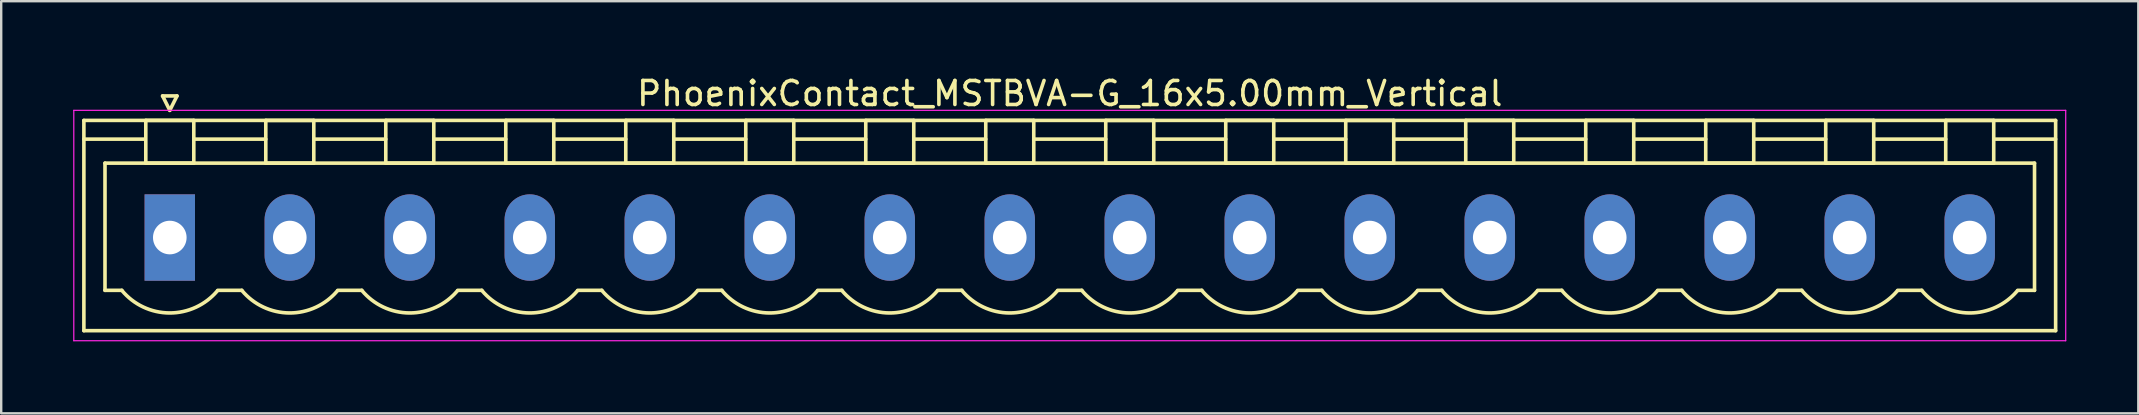
<source format=kicad_pcb>
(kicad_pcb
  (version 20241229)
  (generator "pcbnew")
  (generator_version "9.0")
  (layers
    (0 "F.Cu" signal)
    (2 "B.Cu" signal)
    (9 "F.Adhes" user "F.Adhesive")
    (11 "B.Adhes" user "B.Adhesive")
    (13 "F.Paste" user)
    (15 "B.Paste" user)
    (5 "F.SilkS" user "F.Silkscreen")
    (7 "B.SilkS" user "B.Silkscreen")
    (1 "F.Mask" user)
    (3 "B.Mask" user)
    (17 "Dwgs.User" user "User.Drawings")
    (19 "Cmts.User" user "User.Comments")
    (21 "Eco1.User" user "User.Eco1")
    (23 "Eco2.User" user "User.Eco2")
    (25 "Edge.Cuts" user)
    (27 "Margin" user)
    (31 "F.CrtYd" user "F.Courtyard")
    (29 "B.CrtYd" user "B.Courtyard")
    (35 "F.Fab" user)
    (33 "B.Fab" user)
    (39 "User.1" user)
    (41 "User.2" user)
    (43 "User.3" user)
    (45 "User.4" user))
  (footprint "PhoenixContact_MSTBVA-G_16x5.00mm_Vertical"
    (layer "F.Cu")
    (at 4.025 6.848)
    (property "Reference" "PhoenixContact_MSTBVA-G_16x5.00mm_Vertical" (at 37.5 -6 0) (layer "F.SilkS") (effects (font (size 1 1) (thickness 0.15))))
    (attr through_hole)
    (fp_line (start -3.58 -4.88) (end -3.58 3.88) (stroke (width 0.15) (type solid)) (layer "F.SilkS"))
    (fp_line (start -3.58 -4.1) (end -1.08 -4.1) (stroke (width 0.15) (type solid)) (layer "F.SilkS"))
    (fp_line (start -3.58 3.88) (end 78.58 3.88) (stroke (width 0.15) (type solid)) (layer "F.SilkS"))
    (fp_line (start -2.7 -3.1) (end 77.7 -3.1) (stroke (width 0.15) (type solid)) (layer "F.SilkS"))
    (fp_line (start -2.7 2.2) (end -2.7 -3.1) (stroke (width 0.15) (type solid)) (layer "F.SilkS"))
    (fp_line (start -2 2.2) (end -2.7 2.2) (stroke (width 0.15) (type solid)) (layer "F.SilkS"))
    (fp_line (start -1 -4.88) (end 1 -4.88) (stroke (width 0.15) (type solid)) (layer "F.SilkS"))
    (fp_line (start -1 -3.1) (end -1 -4.88) (stroke (width 0.15) (type solid)) (layer "F.SilkS"))
    (fp_line (start -0.3 -5.9) (end 0 -5.3) (stroke (width 0.15) (type solid)) (layer "F.SilkS"))
    (fp_line (start 0 -5.3) (end 0.3 -5.9) (stroke (width 0.15) (type solid)) (layer "F.SilkS"))
    (fp_line (start 0.3 -5.9) (end -0.3 -5.9) (stroke (width 0.15) (type solid)) (layer "F.SilkS"))
    (fp_line (start 1 -4.88) (end 1 -3.1) (stroke (width 0.15) (type solid)) (layer "F.SilkS"))
    (fp_line (start 1 -4.1) (end 4 -4.1) (stroke (width 0.15) (type solid)) (layer "F.SilkS"))
    (fp_line (start 1 -3.1) (end -1 -3.1) (stroke (width 0.15) (type solid)) (layer "F.SilkS"))
    (fp_line (start 2 2.2) (end 3 2.2) (stroke (width 0.15) (type solid)) (layer "F.SilkS"))
    (fp_line (start 4 -4.88) (end 6 -4.88) (stroke (width 0.15) (type solid)) (layer "F.SilkS"))
    (fp_line (start 4 -3.1) (end 4 -4.88) (stroke (width 0.15) (type solid)) (layer "F.SilkS"))
    (fp_line (start 6 -4.88) (end 6 -3.1) (stroke (width 0.15) (type solid)) (layer "F.SilkS"))
    (fp_line (start 6 -4.1) (end 9 -4.1) (stroke (width 0.15) (type solid)) (layer "F.SilkS"))
    (fp_line (start 6 -3.1) (end 4 -3.1) (stroke (width 0.15) (type solid)) (layer "F.SilkS"))
    (fp_line (start 7 2.2) (end 8 2.2) (stroke (width 0.15) (type solid)) (layer "F.SilkS"))
    (fp_line (start 9 -4.88) (end 11 -4.88) (stroke (width 0.15) (type solid)) (layer "F.SilkS"))
    (fp_line (start 9 -3.1) (end 9 -4.88) (stroke (width 0.15) (type solid)) (layer "F.SilkS"))
    (fp_line (start 11 -4.88) (end 11 -3.1) (stroke (width 0.15) (type solid)) (layer "F.SilkS"))
    (fp_line (start 11 -4.1) (end 14 -4.1) (stroke (width 0.15) (type solid)) (layer "F.SilkS"))
    (fp_line (start 11 -3.1) (end 9 -3.1) (stroke (width 0.15) (type solid)) (layer "F.SilkS"))
    (fp_line (start 12 2.2) (end 13 2.2) (stroke (width 0.15) (type solid)) (layer "F.SilkS"))
    (fp_line (start 14 -4.88) (end 16 -4.88) (stroke (width 0.15) (type solid)) (layer "F.SilkS"))
    (fp_line (start 14 -3.1) (end 14 -4.88) (stroke (width 0.15) (type solid)) (layer "F.SilkS"))
    (fp_line (start 16 -4.88) (end 16 -3.1) (stroke (width 0.15) (type solid)) (layer "F.SilkS"))
    (fp_line (start 16 -4.1) (end 19 -4.1) (stroke (width 0.15) (type solid)) (layer "F.SilkS"))
    (fp_line (start 16 -3.1) (end 14 -3.1) (stroke (width 0.15) (type solid)) (layer "F.SilkS"))
    (fp_line (start 17 2.2) (end 18 2.2) (stroke (width 0.15) (type solid)) (layer "F.SilkS"))
    (fp_line (start 19 -4.88) (end 21 -4.88) (stroke (width 0.15) (type solid)) (layer "F.SilkS"))
    (fp_line (start 19 -3.1) (end 19 -4.88) (stroke (width 0.15) (type solid)) (layer "F.SilkS"))
    (fp_line (start 21 -4.88) (end 21 -3.1) (stroke (width 0.15) (type solid)) (layer "F.SilkS"))
    (fp_line (start 21 -4.1) (end 24 -4.1) (stroke (width 0.15) (type solid)) (layer "F.SilkS"))
    (fp_line (start 21 -3.1) (end 19 -3.1) (stroke (width 0.15) (type solid)) (layer "F.SilkS"))
    (fp_line (start 22 2.2) (end 23 2.2) (stroke (width 0.15) (type solid)) (layer "F.SilkS"))
    (fp_line (start 24 -4.88) (end 26 -4.88) (stroke (width 0.15) (type solid)) (layer "F.SilkS"))
    (fp_line (start 24 -3.1) (end 24 -4.88) (stroke (width 0.15) (type solid)) (layer "F.SilkS"))
    (fp_line (start 26 -4.88) (end 26 -3.1) (stroke (width 0.15) (type solid)) (layer "F.SilkS"))
    (fp_line (start 26 -4.1) (end 29 -4.1) (stroke (width 0.15) (type solid)) (layer "F.SilkS"))
    (fp_line (start 26 -3.1) (end 24 -3.1) (stroke (width 0.15) (type solid)) (layer "F.SilkS"))
    (fp_line (start 27 2.2) (end 28 2.2) (stroke (width 0.15) (type solid)) (layer "F.SilkS"))
    (fp_line (start 29 -4.88) (end 31 -4.88) (stroke (width 0.15) (type solid)) (layer "F.SilkS"))
    (fp_line (start 29 -3.1) (end 29 -4.88) (stroke (width 0.15) (type solid)) (layer "F.SilkS"))
    (fp_line (start 31 -4.88) (end 31 -3.1) (stroke (width 0.15) (type solid)) (layer "F.SilkS"))
    (fp_line (start 31 -4.1) (end 34 -4.1) (stroke (width 0.15) (type solid)) (layer "F.SilkS"))
    (fp_line (start 31 -3.1) (end 29 -3.1) (stroke (width 0.15) (type solid)) (layer "F.SilkS"))
    (fp_line (start 32 2.2) (end 33 2.2) (stroke (width 0.15) (type solid)) (layer "F.SilkS"))
    (fp_line (start 34 -4.88) (end 36 -4.88) (stroke (width 0.15) (type solid)) (layer "F.SilkS"))
    (fp_line (start 34 -3.1) (end 34 -4.88) (stroke (width 0.15) (type solid)) (layer "F.SilkS"))
    (fp_line (start 36 -4.88) (end 36 -3.1) (stroke (width 0.15) (type solid)) (layer "F.SilkS"))
    (fp_line (start 36 -4.1) (end 39 -4.1) (stroke (width 0.15) (type solid)) (layer "F.SilkS"))
    (fp_line (start 36 -3.1) (end 34 -3.1) (stroke (width 0.15) (type solid)) (layer "F.SilkS"))
    (fp_line (start 37 2.2) (end 38 2.2) (stroke (width 0.15) (type solid)) (layer "F.SilkS"))
    (fp_line (start 39 -4.88) (end 41 -4.88) (stroke (width 0.15) (type solid)) (layer "F.SilkS"))
    (fp_line (start 39 -3.1) (end 39 -4.88) (stroke (width 0.15) (type solid)) (layer "F.SilkS"))
    (fp_line (start 41 -4.88) (end 41 -3.1) (stroke (width 0.15) (type solid)) (layer "F.SilkS"))
    (fp_line (start 41 -4.1) (end 44 -4.1) (stroke (width 0.15) (type solid)) (layer "F.SilkS"))
    (fp_line (start 41 -3.1) (end 39 -3.1) (stroke (width 0.15) (type solid)) (layer "F.SilkS"))
    (fp_line (start 42 2.2) (end 43 2.2) (stroke (width 0.15) (type solid)) (layer "F.SilkS"))
    (fp_line (start 44 -4.88) (end 46 -4.88) (stroke (width 0.15) (type solid)) (layer "F.SilkS"))
    (fp_line (start 44 -3.1) (end 44 -4.88) (stroke (width 0.15) (type solid)) (layer "F.SilkS"))
    (fp_line (start 46 -4.88) (end 46 -3.1) (stroke (width 0.15) (type solid)) (layer "F.SilkS"))
    (fp_line (start 46 -4.1) (end 49 -4.1) (stroke (width 0.15) (type solid)) (layer "F.SilkS"))
    (fp_line (start 46 -3.1) (end 44 -3.1) (stroke (width 0.15) (type solid)) (layer "F.SilkS"))
    (fp_line (start 47 2.2) (end 48 2.2) (stroke (width 0.15) (type solid)) (layer "F.SilkS"))
    (fp_line (start 49 -4.88) (end 51 -4.88) (stroke (width 0.15) (type solid)) (layer "F.SilkS"))
    (fp_line (start 49 -3.1) (end 49 -4.88) (stroke (width 0.15) (type solid)) (layer "F.SilkS"))
    (fp_line (start 51 -4.88) (end 51 -3.1) (stroke (width 0.15) (type solid)) (layer "F.SilkS"))
    (fp_line (start 51 -4.1) (end 54 -4.1) (stroke (width 0.15) (type solid)) (layer "F.SilkS"))
    (fp_line (start 51 -3.1) (end 49 -3.1) (stroke (width 0.15) (type solid)) (layer "F.SilkS"))
    (fp_line (start 52 2.2) (end 53 2.2) (stroke (width 0.15) (type solid)) (layer "F.SilkS"))
    (fp_line (start 54 -4.88) (end 56 -4.88) (stroke (width 0.15) (type solid)) (layer "F.SilkS"))
    (fp_line (start 54 -3.1) (end 54 -4.88) (stroke (width 0.15) (type solid)) (layer "F.SilkS"))
    (fp_line (start 56 -4.88) (end 56 -3.1) (stroke (width 0.15) (type solid)) (layer "F.SilkS"))
    (fp_line (start 56 -4.1) (end 59 -4.1) (stroke (width 0.15) (type solid)) (layer "F.SilkS"))
    (fp_line (start 56 -3.1) (end 54 -3.1) (stroke (width 0.15) (type solid)) (layer "F.SilkS"))
    (fp_line (start 57 2.2) (end 58 2.2) (stroke (width 0.15) (type solid)) (layer "F.SilkS"))
    (fp_line (start 59 -4.88) (end 61 -4.88) (stroke (width 0.15) (type solid)) (layer "F.SilkS"))
    (fp_line (start 59 -3.1) (end 59 -4.88) (stroke (width 0.15) (type solid)) (layer "F.SilkS"))
    (fp_line (start 61 -4.88) (end 61 -3.1) (stroke (width 0.15) (type solid)) (layer "F.SilkS"))
    (fp_line (start 61 -4.1) (end 64 -4.1) (stroke (width 0.15) (type solid)) (layer "F.SilkS"))
    (fp_line (start 61 -3.1) (end 59 -3.1) (stroke (width 0.15) (type solid)) (layer "F.SilkS"))
    (fp_line (start 62 2.2) (end 63 2.2) (stroke (width 0.15) (type solid)) (layer "F.SilkS"))
    (fp_line (start 64 -4.88) (end 66 -4.88) (stroke (width 0.15) (type solid)) (layer "F.SilkS"))
    (fp_line (start 64 -3.1) (end 64 -4.88) (stroke (width 0.15) (type solid)) (layer "F.SilkS"))
    (fp_line (start 66 -4.88) (end 66 -3.1) (stroke (width 0.15) (type solid)) (layer "F.SilkS"))
    (fp_line (start 66 -4.1) (end 69 -4.1) (stroke (width 0.15) (type solid)) (layer "F.SilkS"))
    (fp_line (start 66 -3.1) (end 64 -3.1) (stroke (width 0.15) (type solid)) (layer "F.SilkS"))
    (fp_line (start 67 2.2) (end 68 2.2) (stroke (width 0.15) (type solid)) (layer "F.SilkS"))
    (fp_line (start 69 -4.88) (end 71 -4.88) (stroke (width 0.15) (type solid)) (layer "F.SilkS"))
    (fp_line (start 69 -3.1) (end 69 -4.88) (stroke (width 0.15) (type solid)) (layer "F.SilkS"))
    (fp_line (start 71 -4.88) (end 71 -3.1) (stroke (width 0.15) (type solid)) (layer "F.SilkS"))
    (fp_line (start 71 -4.1) (end 74 -4.1) (stroke (width 0.15) (type solid)) (layer "F.SilkS"))
    (fp_line (start 71 -3.1) (end 69 -3.1) (stroke (width 0.15) (type solid)) (layer "F.SilkS"))
    (fp_line (start 72 2.2) (end 73 2.2) (stroke (width 0.15) (type solid)) (layer "F.SilkS"))
    (fp_line (start 74 -4.88) (end 76 -4.88) (stroke (width 0.15) (type solid)) (layer "F.SilkS"))
    (fp_line (start 74 -3.1) (end 74 -4.88) (stroke (width 0.15) (type solid)) (layer "F.SilkS"))
    (fp_line (start 76 -4.88) (end 76 -3.1) (stroke (width 0.15) (type solid)) (layer "F.SilkS"))
    (fp_line (start 76 -3.1) (end 74 -3.1) (stroke (width 0.15) (type solid)) (layer "F.SilkS"))
    (fp_line (start 77.7 -3.1) (end 77.7 2.2) (stroke (width 0.15) (type solid)) (layer "F.SilkS"))
    (fp_line (start 77.7 2.2) (end 77 2.2) (stroke (width 0.15) (type solid)) (layer "F.SilkS"))
    (fp_line (start 78.58 -4.88) (end -3.58 -4.88) (stroke (width 0.15) (type solid)) (layer "F.SilkS"))
    (fp_line (start 78.58 -4.1) (end 76.08 -4.1) (stroke (width 0.15) (type solid)) (layer "F.SilkS"))
    (fp_line (start 78.58 3.88) (end 78.58 -4.88) (stroke (width 0.15) (type solid)) (layer "F.SilkS"))
    (fp_arc (start 1.986842 2.215821) (mid -0.010289 3.142758) (end -2 2.2) (stroke (width 0.15) (type solid)) (layer "F.SilkS"))
    (fp_arc (start 6.986842 2.215821) (mid 4.989711 3.142758) (end 3 2.2) (stroke (width 0.15) (type solid)) (layer "F.SilkS"))
    (fp_arc (start 11.986842 2.215821) (mid 9.989711 3.142758) (end 8 2.2) (stroke (width 0.15) (type solid)) (layer "F.SilkS"))
    (fp_arc (start 16.986842 2.215821) (mid 14.989711 3.142758) (end 13 2.2) (stroke (width 0.15) (type solid)) (layer "F.SilkS"))
    (fp_arc (start 21.986842 2.215821) (mid 19.989711 3.142758) (end 18 2.2) (stroke (width 0.15) (type solid)) (layer "F.SilkS"))
    (fp_arc (start 26.986842 2.215821) (mid 24.989711 3.142758) (end 23 2.2) (stroke (width 0.15) (type solid)) (layer "F.SilkS"))
    (fp_arc (start 31.986842 2.215821) (mid 29.989711 3.142758) (end 28 2.2) (stroke (width 0.15) (type solid)) (layer "F.SilkS"))
    (fp_arc (start 36.986842 2.215821) (mid 34.989711 3.142758) (end 33 2.2) (stroke (width 0.15) (type solid)) (layer "F.SilkS"))
    (fp_arc (start 41.986842 2.215821) (mid 39.989711 3.142758) (end 38 2.2) (stroke (width 0.15) (type solid)) (layer "F.SilkS"))
    (fp_arc (start 46.986842 2.215821) (mid 44.989711 3.142758) (end 43 2.2) (stroke (width 0.15) (type solid)) (layer "F.SilkS"))
    (fp_arc (start 51.986842 2.215821) (mid 49.989711 3.142758) (end 48 2.2) (stroke (width 0.15) (type solid)) (layer "F.SilkS"))
    (fp_arc (start 56.986842 2.215821) (mid 54.989711 3.142758) (end 53 2.2) (stroke (width 0.15) (type solid)) (layer "F.SilkS"))
    (fp_arc (start 61.986842 2.215821) (mid 59.989711 3.142758) (end 58 2.2) (stroke (width 0.15) (type solid)) (layer "F.SilkS"))
    (fp_arc (start 66.986842 2.215821) (mid 64.989711 3.142758) (end 63 2.2) (stroke (width 0.15) (type solid)) (layer "F.SilkS"))
    (fp_arc (start 71.986842 2.215821) (mid 69.989711 3.142758) (end 68 2.2) (stroke (width 0.15) (type solid)) (layer "F.SilkS"))
    (fp_arc (start 76.986842 2.215821) (mid 74.989711 3.142758) (end 73 2.2) (stroke (width 0.15) (type solid)) (layer "F.SilkS"))
    (fp_line (start -4 -5.3) (end -4 4.3) (stroke (width 0.05) (type solid)) (layer "F.CrtYd"))
    (fp_line (start -4 4.3) (end 79 4.3) (stroke (width 0.05) (type solid)) (layer "F.CrtYd"))
    (fp_line (start 79 -5.3) (end -4 -5.3) (stroke (width 0.05) (type solid)) (layer "F.CrtYd"))
    (fp_line (start 79 4.3) (end 79 -5.3) (stroke (width 0.05) (type solid)) (layer "F.CrtYd"))
    (pad "1" thru_hole rect (at 0 0) (size 2.1 3.6) (drill 1.4) (layers "*.Cu" "*.Mask"))
    (pad "2" thru_hole oval (at 5 0) (size 2.1 3.6) (drill 1.4) (layers "*.Cu" "*.Mask"))
    (pad "3" thru_hole oval (at 10 0) (size 2.1 3.6) (drill 1.4) (layers "*.Cu" "*.Mask"))
    (pad "4" thru_hole oval (at 15 0) (size 2.1 3.6) (drill 1.4) (layers "*.Cu" "*.Mask"))
    (pad "5" thru_hole oval (at 20 0) (size 2.1 3.6) (drill 1.4) (layers "*.Cu" "*.Mask"))
    (pad "6" thru_hole oval (at 25 0) (size 2.1 3.6) (drill 1.4) (layers "*.Cu" "*.Mask"))
    (pad "7" thru_hole oval (at 30 0) (size 2.1 3.6) (drill 1.4) (layers "*.Cu" "*.Mask"))
    (pad "8" thru_hole oval (at 35 0) (size 2.1 3.6) (drill 1.4) (layers "*.Cu" "*.Mask"))
    (pad "9" thru_hole oval (at 40 0) (size 2.1 3.6) (drill 1.4) (layers "*.Cu" "*.Mask"))
    (pad "10" thru_hole oval (at 45 0) (size 2.1 3.6) (drill 1.4) (layers "*.Cu" "*.Mask"))
    (pad "11" thru_hole oval (at 50 0) (size 2.1 3.6) (drill 1.4) (layers "*.Cu" "*.Mask"))
    (pad "12" thru_hole oval (at 55 0) (size 2.1 3.6) (drill 1.4) (layers "*.Cu" "*.Mask"))
    (pad "13" thru_hole oval (at 60 0) (size 2.1 3.6) (drill 1.4) (layers "*.Cu" "*.Mask"))
    (pad "14" thru_hole oval (at 65 0) (size 2.1 3.6) (drill 1.4) (layers "*.Cu" "*.Mask"))
    (pad "15" thru_hole oval (at 70 0) (size 2.1 3.6) (drill 1.4) (layers "*.Cu" "*.Mask"))
    (pad "16" thru_hole oval (at 75 0) (size 2.1 3.6) (drill 1.4) (layers "*.Cu" "*.Mask")))
  (gr_rect
    (start -3 -3)
    (end 86.05 14.173)
    (stroke (width 0.1) (type default))
    (fill no)
    (layer "Edge.Cuts")))
</source>
